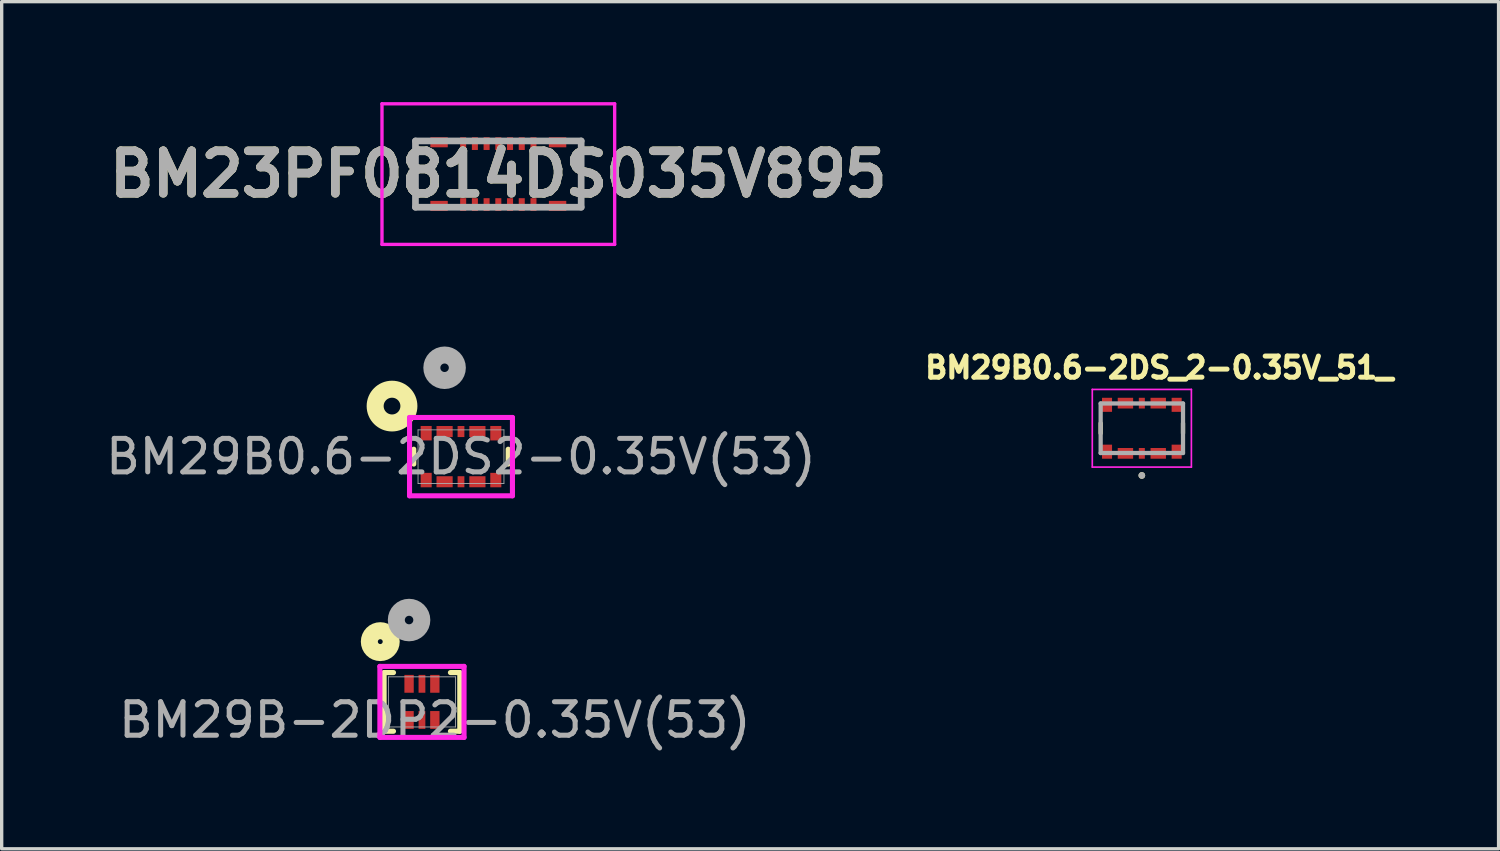
<source format=kicad_pcb>
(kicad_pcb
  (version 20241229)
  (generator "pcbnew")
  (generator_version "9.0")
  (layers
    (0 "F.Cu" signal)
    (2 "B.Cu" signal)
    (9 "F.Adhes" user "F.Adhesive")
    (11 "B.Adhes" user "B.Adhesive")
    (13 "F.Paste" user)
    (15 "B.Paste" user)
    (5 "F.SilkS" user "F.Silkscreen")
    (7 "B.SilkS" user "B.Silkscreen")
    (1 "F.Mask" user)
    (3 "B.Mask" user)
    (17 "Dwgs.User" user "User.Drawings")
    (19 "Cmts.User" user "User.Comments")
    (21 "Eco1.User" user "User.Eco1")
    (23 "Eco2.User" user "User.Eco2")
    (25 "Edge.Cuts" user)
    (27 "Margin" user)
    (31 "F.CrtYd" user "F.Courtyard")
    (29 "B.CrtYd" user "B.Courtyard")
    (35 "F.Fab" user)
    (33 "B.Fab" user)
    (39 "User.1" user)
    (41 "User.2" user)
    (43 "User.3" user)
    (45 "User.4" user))
  (footprint "BM23PF0814DS035V895"
    (layer "F.Cu")
    (at 11.835 2.15)
    (property "Reference" "BM23PF0814DS035V895" (at 0 0 0) (layer "F.SilkS") (effects (font (size 1.27 1.27) (thickness 0.254))))
    (attr smd)
    (fp_line (start -2.475 -0.95) (end -2.475 0.99) (stroke (width 0.1) (type solid)) (layer "F.SilkS"))
    (fp_line (start 2.475 -0.99) (end 2.475 0.99) (stroke (width 0.1) (type solid)) (layer "F.SilkS"))
    (fp_line (start -3.475 -2.1) (end 3.475 -2.1) (stroke (width 0.1) (type solid)) (layer "F.CrtYd"))
    (fp_line (start -3.475 2.1) (end -3.475 -2.1) (stroke (width 0.1) (type solid)) (layer "F.CrtYd"))
    (fp_line (start 3.475 -2.1) (end 3.475 2.1) (stroke (width 0.1) (type solid)) (layer "F.CrtYd"))
    (fp_line (start 3.475 2.1) (end -3.475 2.1) (stroke (width 0.1) (type solid)) (layer "F.CrtYd"))
    (fp_line (start -2.475 -0.99) (end 2.475 -0.99) (stroke (width 0.2) (type solid)) (layer "F.Fab"))
    (fp_line (start -2.475 0.99) (end -2.475 -0.99) (stroke (width 0.2) (type solid)) (layer "F.Fab"))
    (fp_line (start 2.475 -0.99) (end 2.475 0.99) (stroke (width 0.2) (type solid)) (layer "F.Fab"))
    (fp_line (start 2.475 0.99) (end -2.475 0.99) (stroke (width 0.2) (type solid)) (layer "F.Fab"))
    (fp_text user "${REFERENCE}" (at 0 0 0) (layer "F.Fab") (effects (font (size 1.27 1.27) (thickness 0.254))))
    (pad "1" smd rect (at -1.05 0.91) (size 0.18 0.38) (layers "F.Cu" "F.Mask" "F.Paste"))
    (pad "2" smd rect (at -1.05 -0.91) (size 0.18 0.38) (layers "F.Cu" "F.Mask" "F.Paste"))
    (pad "3" smd rect (at -0.7 0.91) (size 0.18 0.38) (layers "F.Cu" "F.Mask" "F.Paste"))
    (pad "4" smd rect (at -0.7 -0.91) (size 0.18 0.38) (layers "F.Cu" "F.Mask" "F.Paste"))
    (pad "5" smd rect (at -0.35 0.91) (size 0.18 0.38) (layers "F.Cu" "F.Mask" "F.Paste"))
    (pad "6" smd rect (at -0.35 -0.91) (size 0.18 0.38) (layers "F.Cu" "F.Mask" "F.Paste"))
    (pad "7" smd rect (at 0 0.91) (size 0.18 0.38) (layers "F.Cu" "F.Mask" "F.Paste"))
    (pad "8" smd rect (at 0 -0.91) (size 0.18 0.38) (layers "F.Cu" "F.Mask" "F.Paste"))
    (pad "9" smd rect (at 0.35 0.91) (size 0.18 0.38) (layers "F.Cu" "F.Mask" "F.Paste"))
    (pad "10" smd rect (at 0.35 -0.91) (size 0.18 0.38) (layers "F.Cu" "F.Mask" "F.Paste"))
    (pad "11" smd rect (at 0.7 0.91) (size 0.18 0.38) (layers "F.Cu" "F.Mask" "F.Paste"))
    (pad "12" smd rect (at 0.7 -0.91) (size 0.18 0.38) (layers "F.Cu" "F.Mask" "F.Paste"))
    (pad "13" smd rect (at 1.05 0.91) (size 0.18 0.38) (layers "F.Cu" "F.Mask" "F.Paste"))
    (pad "14" smd rect (at 1.05 -0.91) (size 0.18 0.38) (layers "F.Cu" "F.Mask" "F.Paste"))
    (pad "MP1" smd rect (at -1.77 -0.95 90) (size 0.3 0.52) (layers "F.Cu" "F.Mask" "F.Paste"))
    (pad "MP2" smd rect (at 1.77 -0.95 90) (size 0.3 0.52) (layers "F.Cu" "F.Mask" "F.Paste"))
    (pad "MP3" smd rect (at -1.77 0.95 90) (size 0.3 0.52) (layers "F.Cu" "F.Mask" "F.Paste"))
    (pad "MP4" smd rect (at 1.77 0.95 90) (size 0.3 0.52) (layers "F.Cu" "F.Mask" "F.Paste")))
  (footprint "BM29B0.6-2DS_2-0.35V_51_"
    (layer "F.Cu")
    (at 31.057 9.742)
    (property "Reference" "BM29B0.6-2DS_2-0.35V_51_" (at 0.52 -1.81 0) (layer "F.SilkS") (effects (font (size 0.63 0.63) (thickness 0.15))))
    (attr smd)
    (fp_poly (pts (xy -0.77 -0.96) (xy -0.21 -0.96) (xy -0.21 -0.54) (xy -0.77 -0.54)) (stroke (width 0.01) (type solid)) (fill yes) (layer "F.Mask"))
    (fp_poly (pts (xy -0.77 0.54) (xy -0.21 0.54) (xy -0.21 0.96) (xy -0.77 0.96)) (stroke (width 0.01) (type solid)) (fill yes) (layer "F.Mask"))
    (fp_poly (pts (xy -0.14 -0.96) (xy 0.14 -0.96) (xy 0.14 -0.54) (xy -0.14 -0.54)) (stroke (width 0.01) (type solid)) (fill yes) (layer "F.Mask"))
    (fp_poly (pts (xy -0.14 0.54) (xy 0.14 0.54) (xy 0.14 0.96) (xy -0.14 0.96)) (stroke (width 0.01) (type solid)) (fill yes) (layer "F.Mask"))
    (fp_poly (pts (xy 0.21 -0.96) (xy 0.77 -0.96) (xy 0.77 -0.54) (xy 0.21 -0.54)) (stroke (width 0.01) (type solid)) (fill yes) (layer "F.Mask"))
    (fp_poly (pts (xy 0.21 0.54) (xy 0.77 0.54) (xy 0.77 0.96) (xy 0.21 0.96)) (stroke (width 0.01) (type solid)) (fill yes) (layer "F.Mask"))
    (fp_line (start -1.23 -0.15) (end -1.23 0.15) (stroke (width 0.127) (type solid)) (layer "F.SilkS"))
    (fp_line (start 1.23 -0.15) (end 1.23 0.15) (stroke (width 0.127) (type solid)) (layer "F.SilkS"))
    (fp_circle (center 0 1.41) (end 0.05 1.41) (stroke (width 0.1) (type solid)) (fill no) (layer "F.SilkS"))
    (fp_line (start -1.48 -1.16) (end -1.48 1.16) (stroke (width 0.05) (type solid)) (layer "F.CrtYd"))
    (fp_line (start -1.48 1.16) (end 1.48 1.16) (stroke (width 0.05) (type solid)) (layer "F.CrtYd"))
    (fp_line (start 1.48 -1.16) (end -1.48 -1.16) (stroke (width 0.05) (type solid)) (layer "F.CrtYd"))
    (fp_line (start 1.48 1.16) (end 1.48 -1.16) (stroke (width 0.05) (type solid)) (layer "F.CrtYd"))
    (fp_line (start -1.23 -0.74) (end -1.23 0.74) (stroke (width 0.127) (type solid)) (layer "F.Fab"))
    (fp_line (start -1.23 0.74) (end 1.23 0.74) (stroke (width 0.127) (type solid)) (layer "F.Fab"))
    (fp_line (start 1.23 -0.74) (end -1.23 -0.74) (stroke (width 0.127) (type solid)) (layer "F.Fab"))
    (fp_line (start 1.23 0.74) (end 1.23 -0.74) (stroke (width 0.127) (type solid)) (layer "F.Fab"))
    (fp_circle (center 0 1.41) (end 0.05 1.41) (stroke (width 0.1) (type solid)) (fill no) (layer "F.Fab"))
    (pad "1" smd rect (at 0 0.75) (size 0.18 0.32) (layers "F.Cu" "F.Paste"))
    (pad "2" smd rect (at 0 -0.75) (size 0.18 0.32) (layers "F.Cu" "F.Paste"))
    (pad "P1_1" smd rect (at 0.49 0.75) (size 0.46 0.32) (layers "F.Cu" "F.Paste"))
    (pad "P1_2" smd rect (at 0.49 -0.75) (size 0.46 0.32) (layers "F.Cu" "F.Paste"))
    (pad "P1_3" smd rect (at 1.04 0.7) (size 0.3 0.42) (layers "F.Cu" "F.Mask" "F.Paste"))
    (pad "P1_4" smd rect (at 1.04 -0.7) (size 0.3 0.42) (layers "F.Cu" "F.Mask" "F.Paste"))
    (pad "P2_1" smd rect (at -0.49 0.75) (size 0.46 0.32) (layers "F.Cu" "F.Paste"))
    (pad "P2_2" smd rect (at -0.49 -0.75) (size 0.46 0.32) (layers "F.Cu" "F.Paste"))
    (pad "P2_3" smd rect (at -1.04 0.7) (size 0.3 0.42) (layers "F.Cu" "F.Mask" "F.Paste"))
    (pad "P2_4" smd rect (at -1.04 -0.7) (size 0.3 0.42) (layers "F.Cu" "F.Mask" "F.Paste"))
    (zone (net_name "") (layer "F.Cu") (hatch full 0.508) (connect_pads) (min_thickness 0.01) (filled_areas_thickness no) (keepout (tracks not_allowed) (vias not_allowed) (pads not_allowed) (copperpour not_allowed) (footprints allowed)) (placement (enabled no)) (fill) (polygon (pts (xy 30.337 9.152) (xy 31.777 9.152) (xy 31.777 10.332) (xy 30.337 10.332))))
    (zone (net_name "") (layers "F.Cu" "B.Cu") (hatch full 0.508) (connect_pads) (min_thickness 0.01) (filled_areas_thickness no) (keepout (tracks allowed) (vias not_allowed) (pads allowed) (copperpour allowed) (footprints allowed)) (placement (enabled no)) (fill) (polygon (pts (xy 30.337 9.152) (xy 31.777 9.152) (xy 31.777 10.332) (xy 30.337 10.332)))))
  (footprint "BM29B0.6-2DS2-0.35V(53)"
    (layer "F.Cu")
    (at 10.72 10.59)
    (property "Reference" "BM29B0.6-2DS2-0.35V(53)" (at 0 0 0) (unlocked yes) (layer "User.2") (effects (font (size 1 1) (thickness 0.15))))
    (attr smd)
    (fp_line (start -1.41 -0.222) (end -1.41 0.222) (stroke (width 0.152) (type solid)) (layer "F.SilkS"))
    (fp_line (start 1.41 0.222) (end 1.41 -0.222) (stroke (width 0.152) (type solid)) (layer "F.SilkS"))
    (fp_circle (center -2.06 -1.51) (end -2.31 -1.51) (stroke (width 0.508) (type solid)) (fill no) (layer "F.SilkS"))
    (fp_line (start -1.537 -1.17) (end -1.537 1.17) (stroke (width 0.152) (type solid)) (layer "F.CrtYd"))
    (fp_line (start -1.537 1.17) (end 1.537 1.17) (stroke (width 0.152) (type solid)) (layer "F.CrtYd"))
    (fp_line (start 1.537 -1.17) (end -1.537 -1.17) (stroke (width 0.152) (type solid)) (layer "F.CrtYd"))
    (fp_line (start 1.537 1.17) (end 1.537 -1.17) (stroke (width 0.152) (type solid)) (layer "F.CrtYd"))
    (fp_line (start -1.283 -0.8) (end -1.283 0.8) (stroke (width 0.025) (type solid)) (layer "F.Fab"))
    (fp_line (start -1.283 0.8) (end 1.283 0.8) (stroke (width 0.025) (type solid)) (layer "F.Fab"))
    (fp_line (start 1.283 -0.8) (end -1.283 -0.8) (stroke (width 0.025) (type solid)) (layer "F.Fab"))
    (fp_line (start 1.283 0.8) (end 1.283 -0.8) (stroke (width 0.025) (type solid)) (layer "F.Fab"))
    (fp_circle (center -0.49 -2.655) (end -0.109 -2.655) (stroke (width 0.508) (type solid)) (fill no) (layer "F.Fab"))
    (fp_text user "${REFERENCE}" (at 0 0 0) (unlocked yes) (layer "F.Fab") (effects (font (size 1 1) (thickness 0.15))))
    (pad "1" smd rect (at -0.49 -0.75) (size 0.483 0.33) (layers "F.Cu" "F.Mask" "F.Paste"))
    (pad "2" smd rect (at -0.49 0.75) (size 0.483 0.33) (layers "F.Cu" "F.Mask" "F.Paste"))
    (pad "3" smd rect (at 0 -0.75) (size 0.203 0.33) (layers "F.Cu" "F.Mask" "F.Paste"))
    (pad "4" smd rect (at 0 0.75) (size 0.203 0.33) (layers "F.Cu" "F.Mask" "F.Paste"))
    (pad "5" smd rect (at 0.49 -0.75) (size 0.483 0.33) (layers "F.Cu" "F.Mask" "F.Paste"))
    (pad "6" smd rect (at 0.49 0.75) (size 0.483 0.33) (layers "F.Cu" "F.Mask" "F.Paste"))
    (pad "S1" smd rect (at -1.04 -0.7) (size 0.33 0.432) (layers "F.Cu" "F.Mask" "F.Paste"))
    (pad "S2" smd rect (at -1.04 0.7) (size 0.33 0.432) (layers "F.Cu" "F.Mask" "F.Paste"))
    (pad "S3" smd rect (at 1.04 -0.7) (size 0.33 0.432) (layers "F.Cu" "F.Mask" "F.Paste"))
    (pad "S4" smd rect (at 1.04 0.7) (size 0.33 0.432) (layers "F.Cu" "F.Mask" "F.Paste")))
  (footprint "BM29B-2DP2-0.35V(53)"
    (layer "F.Cu")
    (at 9.554 17.916)
    (property "Reference" "BM29B-2DP2-0.35V(53)" (at 0 0 0) (unlocked yes) (layer "User.2") (effects (font (size 1 1) (thickness 0.15))))
    (attr smd)
    (fp_line (start -1.13 -0.876) (end -1.13 0.876) (stroke (width 0.152) (type solid)) (layer "F.SilkS"))
    (fp_line (start -1.13 0.876) (end -0.85 0.876) (stroke (width 0.152) (type solid)) (layer "F.SilkS"))
    (fp_line (start -0.85 -0.876) (end -1.13 -0.876) (stroke (width 0.152) (type solid)) (layer "F.SilkS"))
    (fp_line (start 0.85 0.876) (end 1.13 0.876) (stroke (width 0.152) (type solid)) (layer "F.SilkS"))
    (fp_line (start 1.13 -0.876) (end 0.85 -0.876) (stroke (width 0.152) (type solid)) (layer "F.SilkS"))
    (fp_line (start 1.13 0.876) (end 1.13 -0.876) (stroke (width 0.152) (type solid)) (layer "F.SilkS"))
    (fp_circle (center -1.245 -1.8) (end -1.175 -1.82) (stroke (width 0.508) (type solid)) (fill no) (layer "F.SilkS"))
    (fp_line (start -1.257 -1.061) (end -1.257 1.061) (stroke (width 0.152) (type solid)) (layer "F.CrtYd"))
    (fp_line (start -1.257 1.061) (end 1.257 1.061) (stroke (width 0.152) (type solid)) (layer "F.CrtYd"))
    (fp_line (start 1.257 -1.061) (end -1.257 -1.061) (stroke (width 0.152) (type solid)) (layer "F.CrtYd"))
    (fp_line (start 1.257 1.061) (end 1.257 -1.061) (stroke (width 0.152) (type solid)) (layer "F.CrtYd"))
    (fp_line (start -1.003 -0.749) (end -1.003 0.749) (stroke (width 0.025) (type solid)) (layer "F.Fab"))
    (fp_line (start -1.003 0.749) (end 1.003 0.749) (stroke (width 0.025) (type solid)) (layer "F.Fab"))
    (fp_line (start 1.003 -0.749) (end -1.003 -0.749) (stroke (width 0.025) (type solid)) (layer "F.Fab"))
    (fp_line (start 1.003 0.749) (end 1.003 -0.749) (stroke (width 0.025) (type solid)) (layer "F.Fab"))
    (fp_circle (center -0.385 -2.445) (end -0.004 -2.445) (stroke (width 0.508) (type solid)) (fill no) (layer "F.Fab"))
    (fp_text user "${REFERENCE}" (at 0.385 0.54 0) (unlocked yes) (layer "F.Fab") (effects (font (size 1 1) (thickness 0.15))))
    (pad "1" smd rect (at -0.385 -0.54) (size 0.279 0.533) (layers "F.Cu" "F.Mask" "F.Paste"))
    (pad "2" smd rect (at -0.385 0.54) (size 0.279 0.533) (layers "F.Cu" "F.Mask" "F.Paste"))
    (pad "3" smd rect (at 0 -0.54) (size 0.203 0.533) (layers "F.Cu" "F.Mask" "F.Paste"))
    (pad "4" smd rect (at 0 0.54) (size 0.203 0.533) (layers "F.Cu" "F.Mask" "F.Paste"))
    (pad "5" smd rect (at 0.385 -0.54) (size 0.279 0.533) (layers "F.Cu" "F.Mask" "F.Paste"))
    (pad "6" smd rect (at 0.385 0.54) (size 0.279 0.533) (layers "F.Cu" "F.Mask" "F.Paste")))
  (gr_rect
    (start -3 -3)
    (end 41.713 22.304)
    (stroke (width 0.1) (type default))
    (fill no)
    (layer "Edge.Cuts")))
</source>
